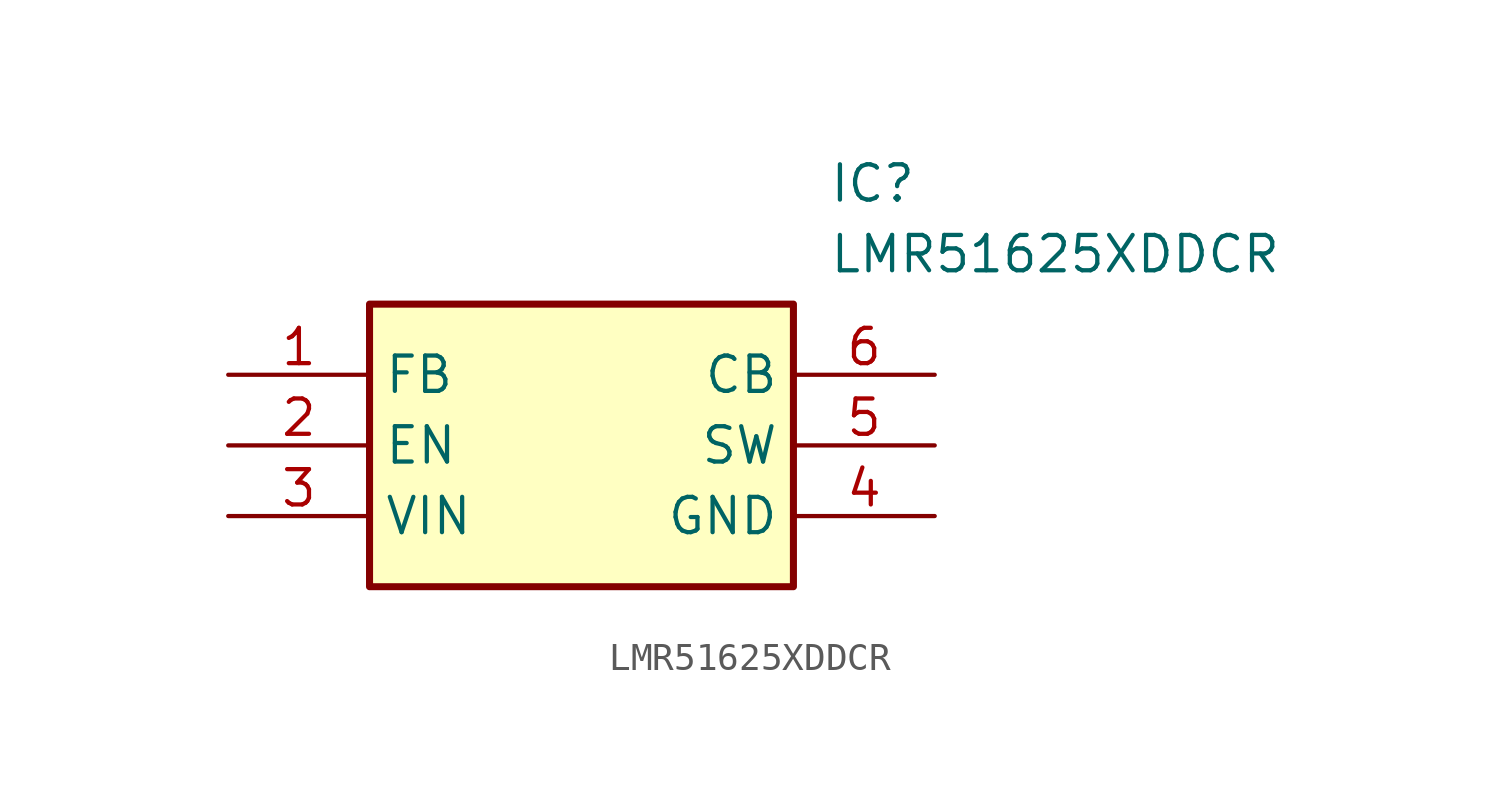
<source format=kicad_sym>
(kicad_symbol_lib
  (version 20211014)
  (generator SamacSys_ECAD_Model)
  (symbol "LMR51625XDDCR"
    (property "Reference" "IC"
      (at 21.59 7.62 0)
      (effects (font (size 1.27 1.27)) (justify left top)))
    (property "Value" "LMR51625XDDCR"
      (at 21.59 5.08 0)
      (effects (font (size 1.27 1.27)) (justify left top)))
    (rectangle
      (start 5.08 2.54)
      (end 20.32 -7.62)
      (stroke (width 0.254) (type default))
      (fill (type background)))
    (pin passive line
      (at 0 0 0)
      (length 5.08)
      (name "FB" (effects (font (size 1.27 1.27))))
      (number "1" (effects (font (size 1.27 1.27)))))
    (pin passive line
      (at 0 -2.54 0)
      (length 5.08)
      (name "EN" (effects (font (size 1.27 1.27))))
      (number "2" (effects (font (size 1.27 1.27)))))
    (pin passive line
      (at 0 -5.08 0)
      (length 5.08)
      (name "VIN" (effects (font (size 1.27 1.27))))
      (number "3" (effects (font (size 1.27 1.27)))))
    (pin passive line
      (at 25.4 0 180)
      (length 5.08)
      (name "CB" (effects (font (size 1.27 1.27))))
      (number "6" (effects (font (size 1.27 1.27)))))
    (pin passive line
      (at 25.4 -2.54 180)
      (length 5.08)
      (name "SW" (effects (font (size 1.27 1.27))))
      (number "5" (effects (font (size 1.27 1.27)))))
    (pin passive line
      (at 25.4 -5.08 180)
      (length 5.08)
      (name "GND" (effects (font (size 1.27 1.27))))
      (number "4" (effects (font (size 1.27 1.27)))))))
</source>
